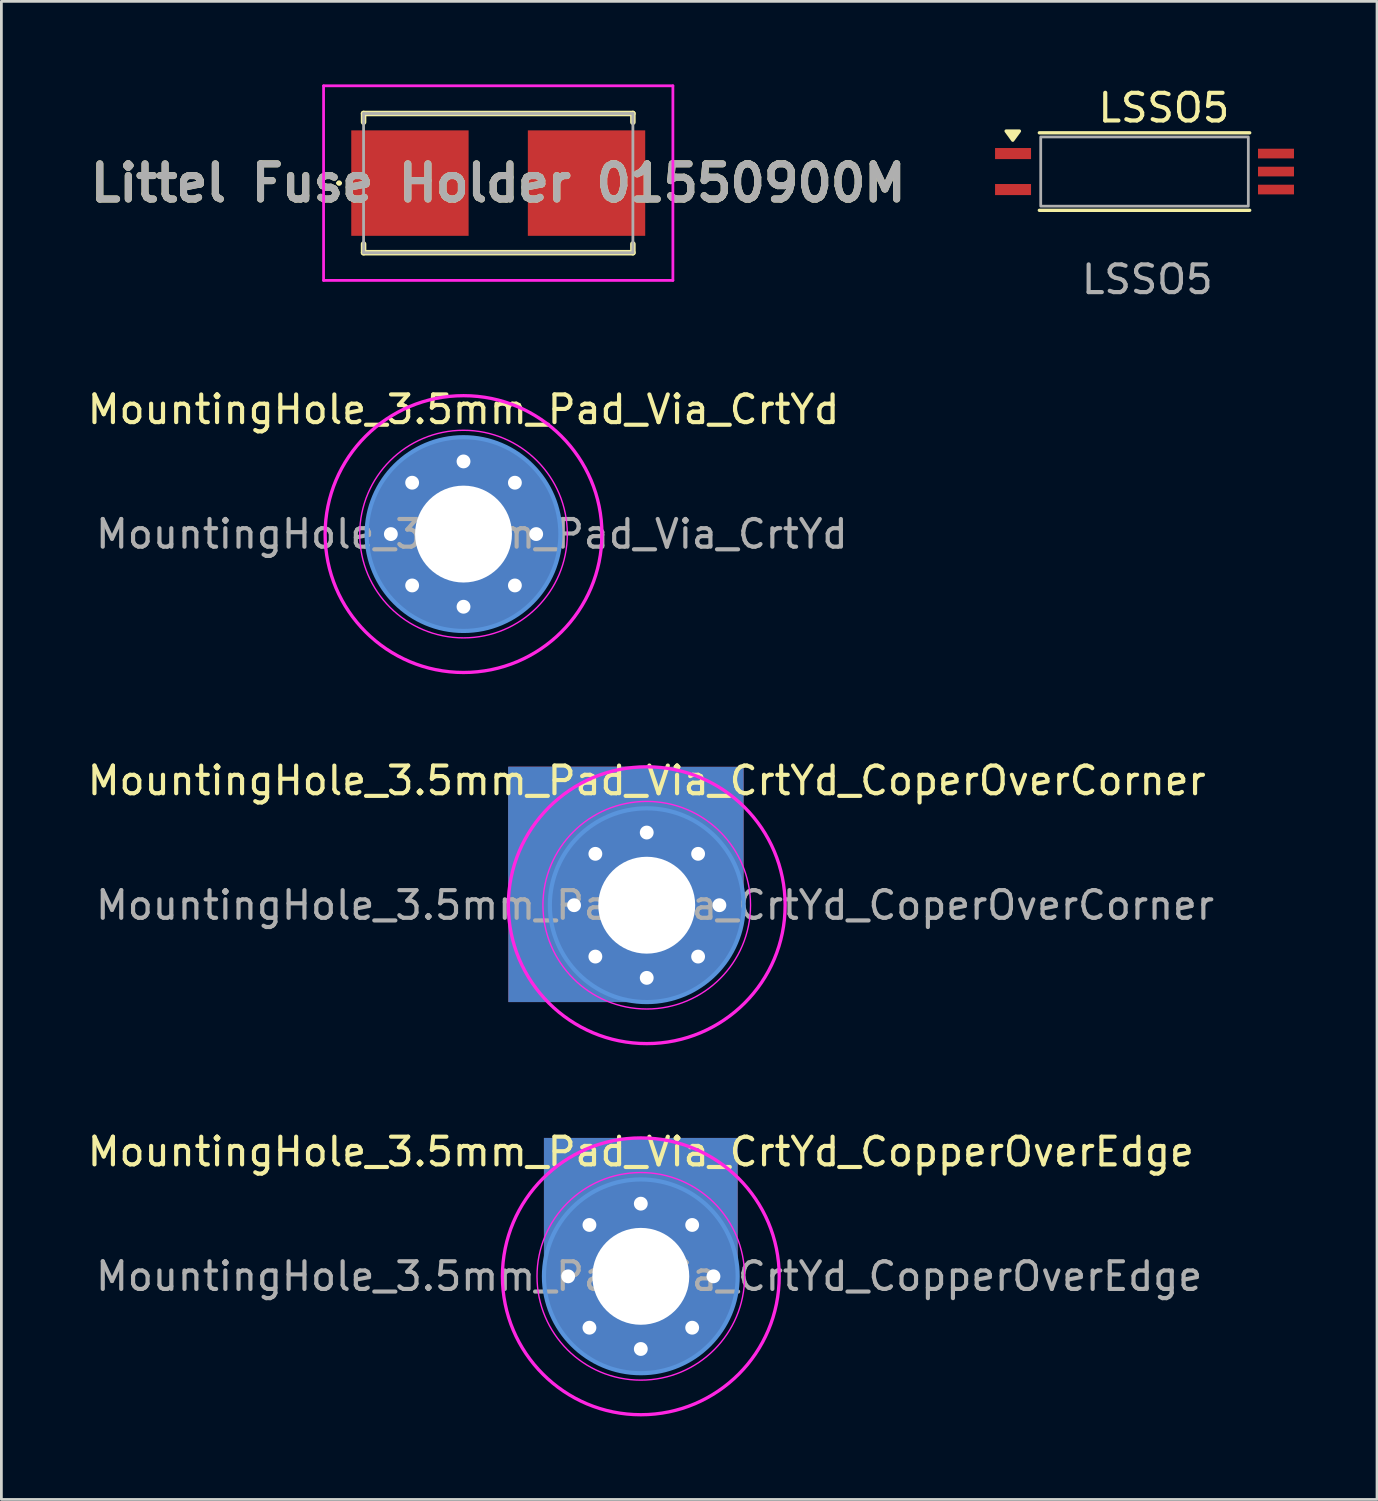
<source format=kicad_pcb>
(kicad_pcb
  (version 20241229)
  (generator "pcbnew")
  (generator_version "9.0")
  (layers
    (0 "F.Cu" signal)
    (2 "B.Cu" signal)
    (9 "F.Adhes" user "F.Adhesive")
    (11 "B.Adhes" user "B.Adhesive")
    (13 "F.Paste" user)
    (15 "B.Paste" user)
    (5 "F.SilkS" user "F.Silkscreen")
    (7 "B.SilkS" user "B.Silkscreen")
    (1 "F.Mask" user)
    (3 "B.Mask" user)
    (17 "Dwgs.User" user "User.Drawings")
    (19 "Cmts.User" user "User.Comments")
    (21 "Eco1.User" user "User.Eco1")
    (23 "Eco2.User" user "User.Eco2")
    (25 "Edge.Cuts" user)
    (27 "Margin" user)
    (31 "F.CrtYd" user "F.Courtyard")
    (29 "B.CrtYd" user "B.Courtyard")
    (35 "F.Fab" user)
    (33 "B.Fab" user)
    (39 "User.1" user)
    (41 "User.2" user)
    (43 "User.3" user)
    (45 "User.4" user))
  (footprint "LSSO5"
    (layer "F.Cu")
    (at 38.299 3.148)
    (property "Reference" "LSSO5" (at 0.7 -2.3 0) (unlocked yes) (layer "F.SilkS") (effects (font (size 1 1) (thickness 0.15))))
    (attr smd)
    (fp_line (start 3.8 -1.4) (end -3.8 -1.4) (stroke (width 0.12) (type solid)) (layer "F.SilkS"))
    (fp_line (start 3.8 1.4) (end -3.8 1.4) (stroke (width 0.12) (type solid)) (layer "F.SilkS"))
    (fp_poly (pts (xy -4.76 -1.133) (xy -5 -1.463) (xy -4.52 -1.463) (xy -4.76 -1.133)) (stroke (width 0.12) (type solid)) (fill yes) (layer "F.SilkS"))
    (fp_rect (start -3.75 -1.25) (end 3.75 1.25) (stroke (width 0.1) (type default)) (fill no) (layer "F.Fab"))
    (fp_text user "${REFERENCE}" (at 0.1 3.9 0) (unlocked yes) (layer "F.Fab") (effects (font (size 1 1) (thickness 0.15))))
    (pad "1" smd rect (at -4.75 -0.65) (size 1.3 0.4) (layers "F.Cu" "F.Mask" "F.Paste"))
    (pad "2" smd rect (at -4.75 0.65) (size 1.3 0.4) (layers "F.Cu" "F.Mask" "F.Paste"))
    (pad "3" smd rect (at 4.75 0.65) (size 1.3 0.35) (layers "F.Cu" "F.Mask" "F.Paste"))
    (pad "4" smd rect (at 4.75 0) (size 1.3 0.35) (layers "F.Cu" "F.Mask" "F.Paste"))
    (pad "5" smd rect (at 4.75 -0.65) (size 1.3 0.35) (layers "F.Cu" "F.Mask" "F.Paste")))
  (footprint "Littel Fuse Holder 01550900M"
    (layer "F.Cu")
    (at 14.95 3.565)
    (property "Reference" "Littel Fuse Holder 01550900M" (at 0 0 0) (layer "F.SilkS") (effects (font (size 1.27 1.27) (thickness 0.254))))
    (attr smd)
    (fp_line (start -5.8 0) (end -5.8 0) (stroke (width 0.1) (type solid)) (layer "F.SilkS"))
    (fp_line (start -5.7 0) (end -5.7 0) (stroke (width 0.1) (type solid)) (layer "F.SilkS"))
    (fp_line (start -4.865 -2.515) (end 4.865 -2.515) (stroke (width 0.2) (type solid)) (layer "F.SilkS"))
    (fp_line (start -4.865 -2.2) (end -4.865 -2.515) (stroke (width 0.2) (type solid)) (layer "F.SilkS"))
    (fp_line (start -4.865 2.515) (end -4.865 2.2) (stroke (width 0.2) (type solid)) (layer "F.SilkS"))
    (fp_line (start 4.865 -2.515) (end 4.865 -2.2) (stroke (width 0.2) (type solid)) (layer "F.SilkS"))
    (fp_line (start 4.865 2.2) (end 4.865 2.515) (stroke (width 0.2) (type solid)) (layer "F.SilkS"))
    (fp_line (start 4.865 2.515) (end -4.865 2.515) (stroke (width 0.2) (type solid)) (layer "F.SilkS"))
    (fp_arc (start -5.8 0) (mid -5.75 -0.05) (end -5.7 0) (stroke (width 0.1) (type solid)) (layer "F.SilkS"))
    (fp_arc (start -5.7 0) (mid -5.75 0.05) (end -5.8 0) (stroke (width 0.1) (type solid)) (layer "F.SilkS"))
    (fp_rect (start -5.21 -1.8) (end -3.51 -0.3) (stroke (width 0.2) (type solid)) (fill yes) (layer "F.Paste"))
    (fp_rect (start -5.21 0.3) (end -3.51 1.8) (stroke (width 0.2) (type solid)) (fill yes) (layer "F.Paste"))
    (fp_rect (start -2.87 -1.8) (end -1.17 -0.3) (stroke (width 0.2) (type solid)) (fill yes) (layer "F.Paste"))
    (fp_rect (start -2.87 0.3) (end -1.17 1.8) (stroke (width 0.2) (type solid)) (fill yes) (layer "F.Paste"))
    (fp_rect (start 1.17 -1.8) (end 2.87 -0.3) (stroke (width 0.2) (type solid)) (fill yes) (layer "F.Paste"))
    (fp_rect (start 1.17 0.3) (end 2.87 1.8) (stroke (width 0.2) (type solid)) (fill yes) (layer "F.Paste"))
    (fp_rect (start 3.51 -1.8) (end 5.21 -0.3) (stroke (width 0.2) (type solid)) (fill yes) (layer "F.Paste"))
    (fp_rect (start 3.51 0.3) (end 5.21 1.8) (stroke (width 0.2) (type solid)) (fill yes) (layer "F.Paste"))
    (fp_line (start -6.31 -3.515) (end 6.31 -3.515) (stroke (width 0.1) (type solid)) (layer "F.CrtYd"))
    (fp_line (start -6.31 3.515) (end -6.31 -3.515) (stroke (width 0.1) (type solid)) (layer "F.CrtYd"))
    (fp_line (start 6.31 -3.515) (end 6.31 3.515) (stroke (width 0.1) (type solid)) (layer "F.CrtYd"))
    (fp_line (start 6.31 3.515) (end -6.31 3.515) (stroke (width 0.1) (type solid)) (layer "F.CrtYd"))
    (fp_line (start -4.865 -2.515) (end 4.865 -2.515) (stroke (width 0.1) (type solid)) (layer "F.Fab"))
    (fp_line (start -4.865 2.515) (end -4.865 -2.515) (stroke (width 0.1) (type solid)) (layer "F.Fab"))
    (fp_line (start 4.865 -2.515) (end 4.865 2.515) (stroke (width 0.1) (type solid)) (layer "F.Fab"))
    (fp_line (start 4.865 2.515) (end -4.865 2.515) (stroke (width 0.1) (type solid)) (layer "F.Fab"))
    (fp_text user "${REFERENCE}" (at 0 0 0) (layer "F.Fab") (effects (font (size 1.27 1.27) (thickness 0.254))))
    (pad "1" smd rect (at -3.19 0 90) (size 3.81 4.24) (layers "F.Cu" "F.Mask"))
    (pad "2" smd rect (at 3.19 0 90) (size 3.81 4.24) (layers "F.Cu" "F.Mask")))
  (footprint "MountingHole_3.5mm_Pad_Via_CrtYd_CopperOverEdge"
    (layer "F.Cu")
    (at 20.101 43.061)
    (property "Reference" "MountingHole_3.5mm_Pad_Via_CrtYd_CopperOverEdge" (at 0 -4.5 0) (layer "F.SilkS") (effects (font (size 1 1) (thickness 0.15))))
    (attr exclude_from_pos_files exclude_from_bom)
    (fp_circle (center 0 0) (end 3.5 0) (stroke (width 0.15) (type solid)) (fill no) (layer "Cmts.User"))
    (fp_circle (center 0 0) (end 3.75 0) (stroke (width 0.05) (type solid)) (fill no) (layer "F.CrtYd"))
    (fp_circle (center 0 0) (end 5 0) (stroke (width 0.12) (type solid)) (fill no) (layer "F.CrtYd"))
    (fp_text user "${REFERENCE}" (at 0.3 0 0) (layer "F.Fab") (effects (font (size 1 1) (thickness 0.15))))
    (pad "1" thru_hole circle (at -2.625 0) (size 0.8 0.8) (drill 0.5) (layers "*.Cu" "*.Mask"))
    (pad "1" thru_hole circle (at -1.856 -1.856) (size 0.8 0.8) (drill 0.5) (layers "*.Cu" "*.Mask"))
    (pad "1" thru_hole circle (at -1.856 1.856) (size 0.8 0.8) (drill 0.5) (layers "*.Cu" "*.Mask"))
    (pad "1" connect rect (at -0.000003 -2.5 90) (size 5 7) (layers "F.Cu" "F.Mask"))
    (pad "1" connect rect (at -0.000003 -2.5 90) (size 5 7) (layers "B.Cu" "B.Mask"))
    (pad "1" thru_hole circle (at 0 -2.625) (size 0.8 0.8) (drill 0.5) (layers "*.Cu" "*.Mask"))
    (pad "1" thru_hole circle (at 0 0) (size 7 7) (drill 3.5) (layers "*.Cu" "*.Mask"))
    (pad "1" thru_hole circle (at 0 2.625) (size 0.8 0.8) (drill 0.5) (layers "*.Cu" "*.Mask"))
    (pad "1" thru_hole circle (at 1.856 -1.856) (size 0.8 0.8) (drill 0.5) (layers "*.Cu" "*.Mask"))
    (pad "1" thru_hole circle (at 1.856 1.856) (size 0.8 0.8) (drill 0.5) (layers "*.Cu" "*.Mask"))
    (pad "1" thru_hole circle (at 2.625 0) (size 0.8 0.8) (drill 0.5) (layers "*.Cu" "*.Mask")))
  (footprint "MountingHole_3.5mm_Pad_Via_CrtYd_CoperOverCorner"
    (layer "F.Cu")
    (at 20.315 29.653)
    (property "Reference" "MountingHole_3.5mm_Pad_Via_CrtYd_CoperOverCorner" (at 0 -4.5 0) (layer "F.SilkS") (effects (font (size 1 1) (thickness 0.15))))
    (attr exclude_from_pos_files exclude_from_bom)
    (fp_circle (center 0 0) (end 3.5 0) (stroke (width 0.15) (type solid)) (fill no) (layer "Cmts.User"))
    (fp_circle (center 0 0) (end 3.75 0) (stroke (width 0.05) (type solid)) (fill no) (layer "F.CrtYd"))
    (fp_circle (center 0 0) (end 5 0) (stroke (width 0.12) (type solid)) (fill no) (layer "F.CrtYd"))
    (fp_text user "${REFERENCE}" (at 0.3 0 0) (layer "F.Fab") (effects (font (size 1 1) (thickness 0.15))))
    (pad "1" thru_hole circle (at -2.625 0) (size 0.8 0.8) (drill 0.5) (layers "*.Cu" "*.Mask"))
    (pad "1" connect rect (at -2.5 -0.75) (size 5 8.5) (layers "F.Cu" "F.Mask"))
    (pad "1" connect rect (at -2.5 -0.75) (size 5 8.5) (layers "B.Cu" "B.Mask"))
    (pad "1" thru_hole circle (at -1.856 -1.856) (size 0.8 0.8) (drill 0.5) (layers "*.Cu" "*.Mask"))
    (pad "1" thru_hole circle (at -1.856 1.856) (size 0.8 0.8) (drill 0.5) (layers "*.Cu" "*.Mask"))
    (pad "1" connect rect (at -0.75 -2.5 90) (size 5 8.5) (layers "F.Cu" "F.Mask"))
    (pad "1" connect rect (at -0.75 -2.5 90) (size 5 8.5) (layers "B.Cu" "B.Mask"))
    (pad "1" thru_hole circle (at 0 -2.625) (size 0.8 0.8) (drill 0.5) (layers "*.Cu" "*.Mask"))
    (pad "1" thru_hole circle (at 0 0) (size 7 7) (drill 3.5) (layers "*.Cu" "*.Mask"))
    (pad "1" thru_hole circle (at 0 2.625) (size 0.8 0.8) (drill 0.5) (layers "*.Cu" "*.Mask"))
    (pad "1" thru_hole circle (at 1.856 -1.856) (size 0.8 0.8) (drill 0.5) (layers "*.Cu" "*.Mask"))
    (pad "1" thru_hole circle (at 1.856 1.856) (size 0.8 0.8) (drill 0.5) (layers "*.Cu" "*.Mask"))
    (pad "1" thru_hole circle (at 2.625 0) (size 0.8 0.8) (drill 0.5) (layers "*.Cu" "*.Mask")))
  (footprint "MountingHole_3.5mm_Pad_Via_CrtYd"
    (layer "F.Cu")
    (at 13.696 16.245)
    (property "Reference" "MountingHole_3.5mm_Pad_Via_CrtYd" (at 0 -4.5 0) (layer "F.SilkS") (effects (font (size 1 1) (thickness 0.15))))
    (attr exclude_from_pos_files exclude_from_bom)
    (fp_circle (center 0 0) (end 3.5 0) (stroke (width 0.15) (type solid)) (fill no) (layer "Cmts.User"))
    (fp_circle (center 0 0) (end 3.75 0) (stroke (width 0.05) (type solid)) (fill no) (layer "F.CrtYd"))
    (fp_circle (center 0 0) (end 5 0) (stroke (width 0.12) (type solid)) (fill no) (layer "F.CrtYd"))
    (fp_text user "${REFERENCE}" (at 0.3 0 0) (layer "F.Fab") (effects (font (size 1 1) (thickness 0.15))))
    (pad "1" thru_hole circle (at -2.625 0) (size 0.8 0.8) (drill 0.5) (layers "*.Cu" "*.Mask"))
    (pad "1" thru_hole circle (at -1.856 -1.856) (size 0.8 0.8) (drill 0.5) (layers "*.Cu" "*.Mask"))
    (pad "1" thru_hole circle (at -1.856 1.856) (size 0.8 0.8) (drill 0.5) (layers "*.Cu" "*.Mask"))
    (pad "1" thru_hole circle (at 0 -2.625) (size 0.8 0.8) (drill 0.5) (layers "*.Cu" "*.Mask"))
    (pad "1" thru_hole circle (at 0 0) (size 7 7) (drill 3.5) (layers "*.Cu" "*.Mask"))
    (pad "1" thru_hole circle (at 0 2.625) (size 0.8 0.8) (drill 0.5) (layers "*.Cu" "*.Mask"))
    (pad "1" thru_hole circle (at 1.856 -1.856) (size 0.8 0.8) (drill 0.5) (layers "*.Cu" "*.Mask"))
    (pad "1" thru_hole circle (at 1.856 1.856) (size 0.8 0.8) (drill 0.5) (layers "*.Cu" "*.Mask"))
    (pad "1" thru_hole circle (at 2.625 0) (size 0.8 0.8) (drill 0.5) (layers "*.Cu" "*.Mask")))
  (gr_rect
    (start -3 -3)
    (end 46.699 51.121)
    (stroke (width 0.1) (type default))
    (fill no)
    (layer "Edge.Cuts")))
</source>
